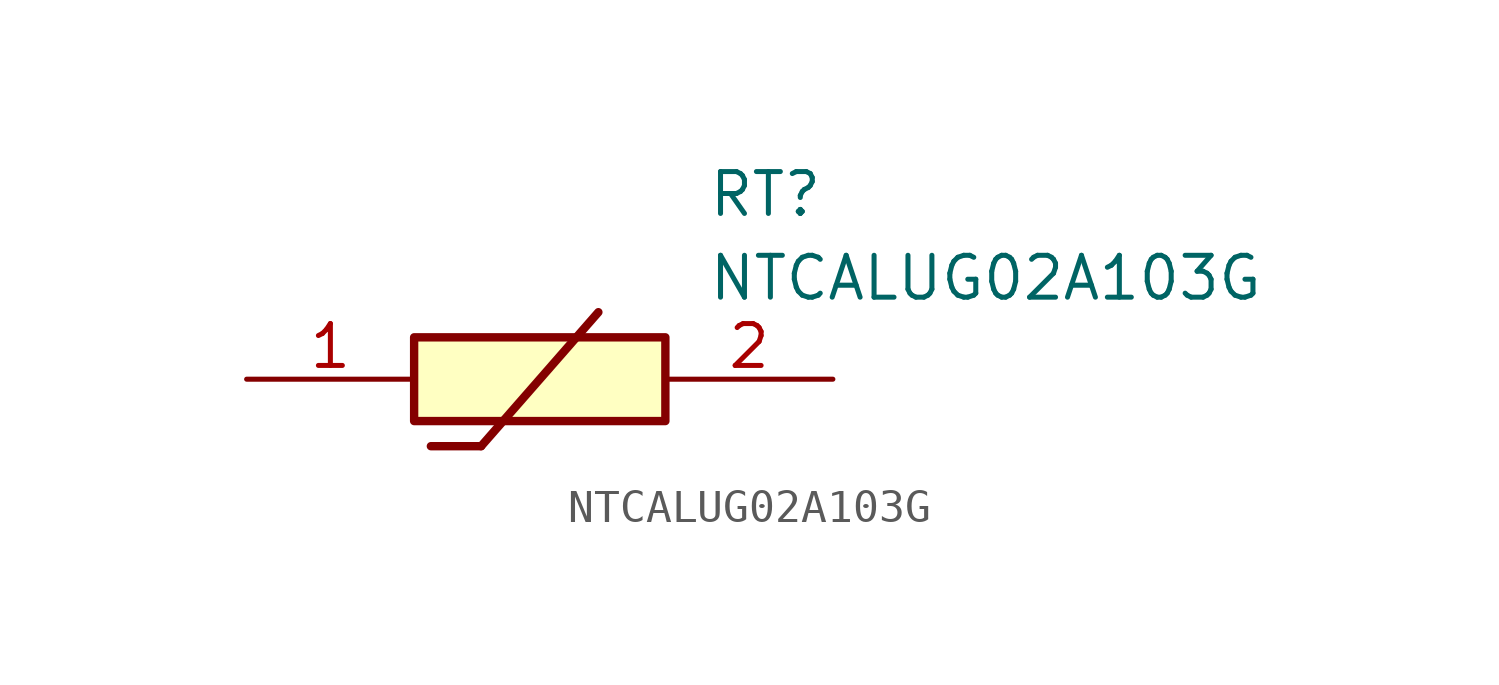
<source format=kicad_sym>
(kicad_symbol_lib
  (version 20231120)
  (generator "kicad_symbol_editor")
  (generator_version "8.0")
  (symbol "NTCALUG02A103G"
    (pin_names hide)
    (property "Reference" "RT"
      (at 13.97 6.35 0)
      (effects (font (size 1.27 1.27)) (justify left top)))
    (property "Value" "NTCALUG02A103G"
      (at 13.97 3.81 0)
      (effects (font (size 1.27 1.27)) (justify left top)))
    (symbol "NTCALUG02A103G_1_1"
      (polyline (pts (xy 5.588 -2.032) (xy 7.112 -2.032)) (stroke (width 0.254) (type default)) (fill (type none)))
      (polyline (pts (xy 10.668 2.032) (xy 7.112 -2.032)) (stroke (width 0.254) (type default)) (fill (type none)))
      (rectangle (start 5.08 1.27) (end 12.7 -1.27) (stroke (width 0.254) (type default)) (fill (type background)))
      (pin passive line (at 0 0 0) (length 5.08) (name "1" (effects (font (size 1.27 1.27)))) (number "1" (effects (font (size 1.27 1.27)))))
      (pin passive line (at 17.78 0 180) (length 5.08) (name "2" (effects (font (size 1.27 1.27)))) (number "2" (effects (font (size 1.27 1.27))))))))
</source>
